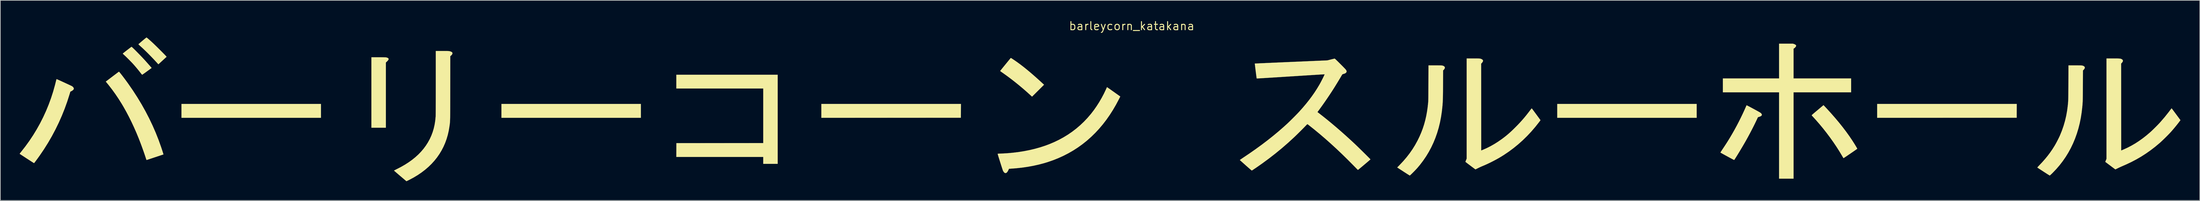
<source format=kicad_pcb>
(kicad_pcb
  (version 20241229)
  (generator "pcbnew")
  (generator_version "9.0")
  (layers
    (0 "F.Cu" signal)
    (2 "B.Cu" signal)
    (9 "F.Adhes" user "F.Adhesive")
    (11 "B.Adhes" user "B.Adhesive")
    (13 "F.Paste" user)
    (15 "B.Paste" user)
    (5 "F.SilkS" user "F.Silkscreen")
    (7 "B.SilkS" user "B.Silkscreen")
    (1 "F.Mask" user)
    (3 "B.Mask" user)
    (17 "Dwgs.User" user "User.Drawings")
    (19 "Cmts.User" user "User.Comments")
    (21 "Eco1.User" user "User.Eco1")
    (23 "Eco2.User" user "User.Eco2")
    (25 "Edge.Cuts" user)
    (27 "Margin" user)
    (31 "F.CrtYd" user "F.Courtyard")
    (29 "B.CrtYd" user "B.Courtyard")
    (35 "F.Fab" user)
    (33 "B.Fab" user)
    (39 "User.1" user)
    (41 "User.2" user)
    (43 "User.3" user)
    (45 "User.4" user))
  (footprint "barleycorn_katakana"
    (layer "F.Cu")
    (at 172.536 1.006)
    (property "Reference" "barleycorn_katakana" (at 0 0 0) (layer "F.SilkS") (effects (font (size 1.27 1.27) (thickness 0.15))))
    (attr exclude_from_pos_files exclude_from_bom)
    (fp_poly (pts (xy -125.793 14.309) (xy -147.426 14.309) (xy -147.426 12.15) (xy -125.793 12.15) (xy -125.793 14.309)) (stroke (width 0.01) (type solid)) (fill yes) (layer "F.SilkS"))
    (fp_poly (pts (xy -76.158 14.309) (xy -97.79 14.309) (xy -97.79 12.15) (xy -76.158 12.15) (xy -76.158 14.309)) (stroke (width 0.01) (type solid)) (fill yes) (layer "F.SilkS"))
    (fp_poly (pts (xy 87.651 14.309) (xy 66.019 14.309) (xy 66.019 12.15) (xy 87.651 12.15) (xy 87.651 14.309)) (stroke (width 0.01) (type solid)) (fill yes) (layer "F.SilkS"))
    (fp_poly (pts (xy -26.506 13.224) (xy -26.511 14.298) (xy -37.333 14.303) (xy -48.154 14.309) (xy -48.154 12.15) (xy -26.5 12.15) (xy -26.506 13.224)) (stroke (width 0.01) (type solid)) (fill yes) (layer "F.SilkS"))
    (fp_poly (pts (xy 137.303 13.224) (xy 137.298 14.298) (xy 126.476 14.303) (xy 115.655 14.309) (xy 115.655 12.15) (xy 137.309 12.15) (xy 137.303 13.224)) (stroke (width 0.01) (type solid)) (fill yes) (layer "F.SilkS"))
    (fp_poly (pts (xy -54.928 21.484) (xy -57.171 21.484) (xy -57.171 20.405) (xy -70.655 20.405) (xy -70.649 19.33) (xy -70.644 18.256) (xy -63.907 18.251) (xy -57.171 18.246) (xy -57.171 9.737) (xy -70.654 9.737) (xy -70.654 7.599) (xy -54.928 7.599) (xy -54.928 21.484)) (stroke (width 0.01) (type solid)) (fill yes) (layer "F.SilkS"))
    (fp_poly (pts (xy -116.898 4.868) (xy -116.663 4.869) (xy -116.444 4.87) (xy -116.245 4.872) (xy -116.07 4.875) (xy -115.923 4.879) (xy -115.808 4.883) (xy -115.729 4.887) (xy -115.697 4.89) (xy -115.582 4.916) (xy -115.476 4.954) (xy -115.389 5) (xy -115.328 5.05) (xy -115.307 5.084) (xy -115.295 5.154) (xy -115.31 5.226) (xy -115.353 5.307) (xy -115.427 5.4) (xy -115.53 5.507) (xy -115.718 5.69) (xy -115.718 15.854) (xy -117.962 15.854) (xy -117.962 4.868) (xy -116.898 4.868)) (stroke (width 0.01) (type solid)) (fill yes) (layer "F.SilkS"))
    (fp_poly (pts (xy 102.747 2.807) (xy 102.863 2.853) (xy 102.961 2.909) (xy 103.033 2.97) (xy 103.075 3.031) (xy 103.082 3.065) (xy 103.064 3.146) (xy 103.013 3.238) (xy 102.935 3.333) (xy 102.836 3.425) (xy 102.77 3.475) (xy 102.68 3.537) (xy 102.68 8.17) (xy 111.612 8.17) (xy 111.612 10.329) (xy 102.68 10.329) (xy 102.68 23.791) (xy 100.436 23.791) (xy 100.436 10.329) (xy 91.715 10.329) (xy 91.715 8.17) (xy 100.436 8.17) (xy 100.436 2.752) (xy 102.571 2.752) (xy 102.747 2.807)) (stroke (width 0.01) (type solid)) (fill yes) (layer "F.SilkS"))
    (fp_poly (pts (xy -18.74 4.985) (xy -18.69 5.015) (xy -18.619 5.059) (xy -18.534 5.114) (xy -18.513 5.127) (xy -18.106 5.4) (xy -17.686 5.696) (xy -17.252 6.017) (xy -16.802 6.365) (xy -16.336 6.74) (xy -15.85 7.144) (xy -15.345 7.578) (xy -14.818 8.043) (xy -14.268 8.541) (xy -14.005 8.782) (xy -13.606 9.151) (xy -14.534 10.079) (xy -14.698 10.242) (xy -14.852 10.397) (xy -14.995 10.539) (xy -15.124 10.668) (xy -15.236 10.779) (xy -15.329 10.872) (xy -15.4 10.942) (xy -15.446 10.988) (xy -15.466 11.006) (xy -15.466 11.007) (xy -15.482 10.993) (xy -15.523 10.957) (xy -15.582 10.902) (xy -15.649 10.84) (xy -16.236 10.307) (xy -16.839 9.779) (xy -17.452 9.262) (xy -18.07 8.759) (xy -18.685 8.277) (xy -19.293 7.82) (xy -19.886 7.392) (xy -20.092 7.249) (xy -20.215 7.162) (xy -20.309 7.092) (xy -20.373 7.039) (xy -20.405 7.006) (xy -20.407 6.997) (xy -20.368 6.948) (xy -20.309 6.873) (xy -20.231 6.777) (xy -20.138 6.661) (xy -20.032 6.53) (xy -19.916 6.387) (xy -19.793 6.235) (xy -19.666 6.079) (xy -19.537 5.92) (xy -19.409 5.763) (xy -19.285 5.611) (xy -19.168 5.467) (xy -19.06 5.336) (xy -18.965 5.219) (xy -18.884 5.122) (xy -18.822 5.046) (xy -18.78 4.996) (xy -18.762 4.975) (xy -18.761 4.974) (xy -18.74 4.985)) (stroke (width 0.01) (type solid)) (fill yes) (layer "F.SilkS"))
    (fp_poly (pts (xy -152.827 1.803) (xy -152.774 1.843) (xy -152.696 1.907) (xy -152.597 1.991) (xy -152.48 2.093) (xy -152.347 2.211) (xy -152.203 2.34) (xy -152.05 2.48) (xy -151.892 2.626) (xy -151.881 2.636) (xy -151.794 2.718) (xy -151.685 2.824) (xy -151.557 2.948) (xy -151.414 3.088) (xy -151.26 3.239) (xy -151.099 3.399) (xy -150.933 3.564) (xy -150.767 3.73) (xy -150.604 3.894) (xy -150.447 4.051) (xy -150.301 4.199) (xy -150.169 4.334) (xy -150.054 4.452) (xy -149.96 4.549) (xy -149.891 4.623) (xy -149.864 4.653) (xy -149.739 4.794) (xy -150.267 5.281) (xy -150.397 5.402) (xy -150.523 5.517) (xy -150.639 5.624) (xy -150.741 5.717) (xy -150.823 5.793) (xy -150.883 5.847) (xy -150.905 5.867) (xy -151.016 5.966) (xy -151.298 5.655) (xy -151.647 5.276) (xy -152.005 4.898) (xy -152.365 4.526) (xy -152.722 4.165) (xy -153.072 3.822) (xy -153.409 3.501) (xy -153.728 3.207) (xy -153.8 3.143) (xy -153.894 3.057) (xy -153.977 2.98) (xy -154.044 2.917) (xy -154.089 2.871) (xy -154.108 2.849) (xy -154.108 2.848) (xy -154.094 2.83) (xy -154.051 2.789) (xy -153.983 2.728) (xy -153.896 2.651) (xy -153.793 2.562) (xy -153.679 2.464) (xy -153.558 2.361) (xy -153.435 2.256) (xy -153.312 2.154) (xy -153.196 2.057) (xy -153.09 1.97) (xy -152.998 1.896) (xy -152.925 1.839) (xy -152.875 1.802) (xy -152.852 1.789) (xy -152.852 1.789) (xy -152.827 1.803)) (stroke (width 0.01) (type solid)) (fill yes) (layer "F.SilkS"))
    (fp_poly (pts (xy 107.374 12.388) (xy 107.403 12.416) (xy 107.455 12.471) (xy 107.527 12.547) (xy 107.614 12.64) (xy 107.712 12.744) (xy 107.789 12.827) (xy 108.471 13.577) (xy 109.118 14.318) (xy 109.729 15.048) (xy 110.302 15.767) (xy 110.838 16.475) (xy 111.336 17.169) (xy 111.795 17.851) (xy 112.113 18.352) (xy 112.206 18.503) (xy 112.294 18.649) (xy 112.374 18.783) (xy 112.443 18.902) (xy 112.499 19.001) (xy 112.539 19.075) (xy 112.561 19.121) (xy 112.564 19.132) (xy 112.547 19.147) (xy 112.499 19.183) (xy 112.423 19.237) (xy 112.323 19.308) (xy 112.202 19.393) (xy 112.065 19.488) (xy 111.915 19.592) (xy 111.755 19.703) (xy 111.59 19.816) (xy 111.423 19.931) (xy 111.257 20.044) (xy 111.097 20.154) (xy 110.946 20.256) (xy 110.807 20.35) (xy 110.685 20.432) (xy 110.582 20.5) (xy 110.504 20.551) (xy 110.453 20.584) (xy 110.433 20.594) (xy 110.418 20.576) (xy 110.385 20.527) (xy 110.338 20.453) (xy 110.281 20.358) (xy 110.217 20.248) (xy 110.206 20.229) (xy 109.786 19.525) (xy 109.332 18.81) (xy 108.848 18.09) (xy 108.339 17.372) (xy 107.808 16.661) (xy 107.262 15.964) (xy 106.703 15.287) (xy 106.137 14.635) (xy 105.859 14.328) (xy 105.763 14.223) (xy 105.676 14.127) (xy 105.601 14.044) (xy 105.544 13.981) (xy 105.509 13.941) (xy 105.501 13.93) (xy 105.499 13.92) (xy 105.505 13.904) (xy 105.523 13.881) (xy 105.554 13.847) (xy 105.602 13.802) (xy 105.667 13.742) (xy 105.753 13.667) (xy 105.862 13.573) (xy 105.995 13.459) (xy 106.156 13.323) (xy 106.347 13.162) (xy 106.399 13.118) (xy 107.323 12.34) (xy 107.374 12.388)) (stroke (width 0.01) (type solid)) (fill yes) (layer "F.SilkS"))
    (fp_poly (pts (xy -155.154 3.254) (xy -155.102 3.297) (xy -155.027 3.365) (xy -154.931 3.456) (xy -154.817 3.567) (xy -154.687 3.695) (xy -154.544 3.837) (xy -154.391 3.992) (xy -154.231 4.155) (xy -154.065 4.325) (xy -153.898 4.498) (xy -153.731 4.673) (xy -153.567 4.845) (xy -153.41 5.013) (xy -153.26 5.173) (xy -153.122 5.324) (xy -153.075 5.376) (xy -152.991 5.469) (xy -152.892 5.581) (xy -152.781 5.706) (xy -152.665 5.838) (xy -152.548 5.971) (xy -152.436 6.099) (xy -152.333 6.216) (xy -152.246 6.317) (xy -152.178 6.396) (xy -152.151 6.428) (xy -152.061 6.536) (xy -152.776 7.06) (xy -152.929 7.172) (xy -153.073 7.277) (xy -153.204 7.371) (xy -153.317 7.451) (xy -153.409 7.516) (xy -153.476 7.562) (xy -153.514 7.587) (xy -153.522 7.591) (xy -153.546 7.576) (xy -153.593 7.529) (xy -153.66 7.452) (xy -153.744 7.347) (xy -153.808 7.265) (xy -153.97 7.057) (xy -154.152 6.829) (xy -154.347 6.592) (xy -154.544 6.357) (xy -154.735 6.134) (xy -154.912 5.933) (xy -154.918 5.927) (xy -155.024 5.811) (xy -155.152 5.675) (xy -155.299 5.523) (xy -155.456 5.361) (xy -155.62 5.195) (xy -155.783 5.032) (xy -155.94 4.877) (xy -156.086 4.735) (xy -156.214 4.613) (xy -156.311 4.524) (xy -156.402 4.441) (xy -156.465 4.382) (xy -156.504 4.341) (xy -156.523 4.313) (xy -156.527 4.294) (xy -156.518 4.279) (xy -156.512 4.272) (xy -156.479 4.244) (xy -156.42 4.195) (xy -156.338 4.129) (xy -156.237 4.049) (xy -156.123 3.959) (xy -155.999 3.862) (xy -155.87 3.761) (xy -155.74 3.661) (xy -155.614 3.563) (xy -155.496 3.473) (xy -155.39 3.392) (xy -155.301 3.325) (xy -155.233 3.275) (xy -155.191 3.246) (xy -155.179 3.239) (xy -155.154 3.254)) (stroke (width 0.01) (type solid)) (fill yes) (layer "F.SilkS"))
    (fp_poly (pts (xy -157.113 7.134) (xy -157.069 7.179) (xy -157.006 7.252) (xy -156.924 7.351) (xy -156.826 7.474) (xy -156.715 7.616) (xy -156.592 7.775) (xy -156.46 7.949) (xy -156.321 8.134) (xy -156.177 8.327) (xy -156.03 8.526) (xy -155.883 8.729) (xy -155.738 8.931) (xy -155.699 8.985) (xy -154.965 10.051) (xy -154.272 11.127) (xy -153.621 12.211) (xy -153.011 13.305) (xy -152.441 14.409) (xy -151.913 15.522) (xy -151.425 16.646) (xy -150.978 17.78) (xy -150.572 18.924) (xy -150.399 19.451) (xy -150.353 19.597) (xy -150.312 19.729) (xy -150.277 19.841) (xy -150.25 19.93) (xy -150.232 19.989) (xy -150.226 20.014) (xy -150.226 20.014) (xy -150.246 20.021) (xy -150.303 20.041) (xy -150.394 20.071) (xy -150.514 20.112) (xy -150.662 20.161) (xy -150.833 20.218) (xy -151.023 20.281) (xy -151.23 20.35) (xy -151.451 20.424) (xy -151.522 20.447) (xy -151.746 20.522) (xy -151.959 20.593) (xy -152.157 20.659) (xy -152.336 20.718) (xy -152.494 20.771) (xy -152.626 20.815) (xy -152.729 20.849) (xy -152.8 20.873) (xy -152.835 20.885) (xy -152.838 20.886) (xy -152.854 20.87) (xy -152.88 20.814) (xy -152.915 20.721) (xy -152.959 20.592) (xy -152.972 20.549) (xy -153.076 20.229) (xy -153.194 19.877) (xy -153.324 19.504) (xy -153.461 19.117) (xy -153.603 18.725) (xy -153.747 18.335) (xy -153.89 17.957) (xy -154.03 17.598) (xy -154.066 17.505) (xy -154.42 16.644) (xy -154.792 15.795) (xy -155.179 14.962) (xy -155.579 14.153) (xy -155.99 13.371) (xy -156.408 12.622) (xy -156.693 12.139) (xy -157.181 11.359) (xy -157.682 10.611) (xy -158.203 9.888) (xy -158.75 9.179) (xy -159.109 8.74) (xy -159.172 8.663) (xy -158.167 7.898) (xy -157.986 7.76) (xy -157.814 7.629) (xy -157.655 7.509) (xy -157.511 7.4) (xy -157.386 7.306) (xy -157.283 7.229) (xy -157.205 7.171) (xy -157.154 7.134) (xy -157.134 7.121) (xy -157.113 7.134)) (stroke (width 0.01) (type solid)) (fill yes) (layer "F.SilkS"))
    (fp_poly (pts (xy -166.784 8.285) (xy -166.726 8.31) (xy -166.637 8.349) (xy -166.522 8.4) (xy -166.386 8.462) (xy -166.231 8.532) (xy -166.062 8.61) (xy -165.883 8.692) (xy -165.698 8.777) (xy -165.511 8.863) (xy -165.327 8.949) (xy -165.148 9.032) (xy -164.98 9.11) (xy -164.827 9.182) (xy -164.691 9.246) (xy -164.579 9.3) (xy -164.492 9.342) (xy -164.437 9.37) (xy -164.418 9.38) (xy -164.299 9.47) (xy -164.21 9.567) (xy -164.155 9.667) (xy -164.136 9.764) (xy -164.147 9.83) (xy -164.191 9.908) (xy -164.269 9.99) (xy -164.375 10.072) (xy -164.502 10.146) (xy -164.511 10.151) (xy -164.583 10.187) (xy -164.638 10.215) (xy -164.668 10.231) (xy -164.671 10.232) (xy -164.678 10.253) (xy -164.695 10.308) (xy -164.721 10.391) (xy -164.753 10.497) (xy -164.79 10.62) (xy -164.802 10.662) (xy -165.16 11.783) (xy -165.557 12.891) (xy -165.993 13.983) (xy -166.468 15.06) (xy -166.982 16.119) (xy -167.532 17.159) (xy -168.12 18.18) (xy -168.745 19.181) (xy -169.406 20.16) (xy -169.602 20.436) (xy -169.714 20.592) (xy -169.825 20.744) (xy -169.93 20.888) (xy -170.028 21.02) (xy -170.116 21.137) (xy -170.19 21.235) (xy -170.248 21.309) (xy -170.287 21.356) (xy -170.303 21.372) (xy -170.323 21.362) (xy -170.375 21.33) (xy -170.456 21.279) (xy -170.564 21.21) (xy -170.695 21.127) (xy -170.846 21.029) (xy -171.014 20.921) (xy -171.196 20.803) (xy -171.388 20.677) (xy -171.416 20.659) (xy -171.611 20.531) (xy -171.795 20.411) (xy -171.965 20.299) (xy -172.119 20.198) (xy -172.253 20.11) (xy -172.364 20.036) (xy -172.449 19.98) (xy -172.506 19.942) (xy -172.53 19.925) (xy -172.531 19.924) (xy -172.523 19.903) (xy -172.493 19.855) (xy -172.443 19.786) (xy -172.378 19.701) (xy -172.315 19.622) (xy -171.652 18.773) (xy -171.025 17.902) (xy -170.434 17.009) (xy -169.879 16.094) (xy -169.36 15.159) (xy -168.879 14.205) (xy -168.435 13.233) (xy -168.03 12.243) (xy -167.663 11.237) (xy -167.335 10.216) (xy -167.047 9.181) (xy -166.96 8.832) (xy -166.924 8.685) (xy -166.89 8.553) (xy -166.86 8.441) (xy -166.836 8.354) (xy -166.818 8.297) (xy -166.809 8.276) (xy -166.808 8.276) (xy -166.784 8.285)) (stroke (width 0.01) (type solid)) (fill yes) (layer "F.SilkS"))
    (fp_poly (pts (xy -3.822 9.539) (xy -3.773 9.572) (xy -3.695 9.626) (xy -3.592 9.698) (xy -3.467 9.786) (xy -3.322 9.888) (xy -3.161 10.002) (xy -2.987 10.127) (xy -2.807 10.255) (xy -1.779 10.989) (xy -2 11.427) (xy -2.449 12.275) (xy -2.921 13.088) (xy -3.417 13.866) (xy -3.935 14.609) (xy -4.478 15.318) (xy -5.044 15.991) (xy -5.634 16.631) (xy -6.249 17.237) (xy -6.887 17.808) (xy -7.02 17.921) (xy -7.69 18.453) (xy -8.384 18.951) (xy -9.103 19.415) (xy -9.847 19.844) (xy -10.614 20.239) (xy -11.404 20.598) (xy -12.216 20.922) (xy -13.05 21.211) (xy -13.601 21.379) (xy -14.425 21.597) (xy -15.277 21.787) (xy -16.152 21.947) (xy -17.049 22.076) (xy -17.962 22.175) (xy -18.797 22.237) (xy -19.042 22.251) (xy -19.132 22.444) (xy -19.224 22.624) (xy -19.315 22.761) (xy -19.407 22.857) (xy -19.5 22.912) (xy -19.593 22.926) (xy -19.689 22.899) (xy -19.721 22.882) (xy -19.794 22.821) (xy -19.871 22.727) (xy -19.947 22.607) (xy -19.976 22.553) (xy -19.989 22.52) (xy -20.013 22.451) (xy -20.046 22.351) (xy -20.088 22.223) (xy -20.137 22.071) (xy -20.192 21.901) (xy -20.251 21.715) (xy -20.313 21.52) (xy -20.377 21.319) (xy -20.441 21.115) (xy -20.504 20.915) (xy -20.564 20.721) (xy -20.621 20.538) (xy -20.672 20.371) (xy -20.717 20.224) (xy -20.754 20.1) (xy -20.782 20.005) (xy -20.798 19.948) (xy -20.801 19.933) (xy -20.796 19.921) (xy -20.779 19.913) (xy -20.745 19.906) (xy -20.687 19.901) (xy -20.601 19.897) (xy -20.482 19.892) (xy -20.38 19.889) (xy -19.442 19.841) (xy -18.52 19.762) (xy -17.616 19.653) (xy -16.731 19.513) (xy -15.868 19.344) (xy -15.03 19.144) (xy -14.217 18.916) (xy -13.432 18.659) (xy -12.804 18.425) (xy -12.035 18.099) (xy -11.294 17.741) (xy -10.58 17.351) (xy -9.893 16.929) (xy -9.233 16.474) (xy -8.6 15.986) (xy -7.993 15.465) (xy -7.413 14.912) (xy -6.859 14.325) (xy -6.33 13.705) (xy -6.288 13.652) (xy -5.859 13.091) (xy -5.445 12.495) (xy -5.048 11.871) (xy -4.672 11.224) (xy -4.322 10.561) (xy -4.001 9.888) (xy -3.957 9.79) (xy -3.915 9.695) (xy -3.879 9.615) (xy -3.853 9.557) (xy -3.84 9.53) (xy -3.839 9.528) (xy -3.822 9.539)) (stroke (width 0.01) (type solid)) (fill yes) (layer "F.SilkS"))
    (fp_poly (pts (xy 47.323 6.139) (xy 47.529 6.139) (xy 47.7 6.14) (xy 47.84 6.142) (xy 47.953 6.145) (xy 48.042 6.148) (xy 48.11 6.152) (xy 48.162 6.158) (xy 48.201 6.164) (xy 48.225 6.17) (xy 48.374 6.226) (xy 48.483 6.295) (xy 48.553 6.375) (xy 48.581 6.466) (xy 48.57 6.568) (xy 48.517 6.68) (xy 48.502 6.703) (xy 48.451 6.772) (xy 48.399 6.833) (xy 48.366 6.865) (xy 48.308 6.914) (xy 48.296 9.124) (xy 48.294 9.509) (xy 48.291 9.854) (xy 48.289 10.164) (xy 48.286 10.441) (xy 48.283 10.689) (xy 48.28 10.911) (xy 48.276 11.111) (xy 48.272 11.292) (xy 48.267 11.458) (xy 48.261 11.61) (xy 48.254 11.754) (xy 48.247 11.892) (xy 48.238 12.027) (xy 48.229 12.163) (xy 48.218 12.303) (xy 48.207 12.435) (xy 48.113 13.326) (xy 47.984 14.193) (xy 47.82 15.038) (xy 47.62 15.859) (xy 47.384 16.658) (xy 47.112 17.435) (xy 46.805 18.188) (xy 46.462 18.919) (xy 46.084 19.627) (xy 45.67 20.314) (xy 45.219 20.977) (xy 44.734 21.619) (xy 44.325 22.109) (xy 44.247 22.196) (xy 44.153 22.299) (xy 44.047 22.412) (xy 43.932 22.532) (xy 43.812 22.656) (xy 43.691 22.779) (xy 43.573 22.897) (xy 43.462 23.007) (xy 43.361 23.106) (xy 43.275 23.188) (xy 43.206 23.251) (xy 43.159 23.29) (xy 43.138 23.303) (xy 43.115 23.291) (xy 43.059 23.258) (xy 42.975 23.207) (xy 42.866 23.138) (xy 42.735 23.055) (xy 42.585 22.959) (xy 42.42 22.852) (xy 42.243 22.738) (xy 42.148 22.676) (xy 41.19 22.051) (xy 41.592 21.639) (xy 42.143 21.049) (xy 42.654 20.448) (xy 43.127 19.834) (xy 43.562 19.205) (xy 43.961 18.56) (xy 44.325 17.895) (xy 44.347 17.854) (xy 44.647 17.236) (xy 44.915 16.615) (xy 45.153 15.987) (xy 45.361 15.348) (xy 45.54 14.695) (xy 45.693 14.021) (xy 45.819 13.324) (xy 45.921 12.599) (xy 45.988 11.959) (xy 45.994 11.896) (xy 45.998 11.828) (xy 46.003 11.753) (xy 46.007 11.668) (xy 46.01 11.571) (xy 46.013 11.459) (xy 46.016 11.331) (xy 46.019 11.182) (xy 46.021 11.012) (xy 46.023 10.818) (xy 46.024 10.597) (xy 46.026 10.347) (xy 46.028 10.065) (xy 46.029 9.748) (xy 46.03 9.396) (xy 46.031 9.004) (xy 46.032 8.853) (xy 46.04 6.138) (xy 47.078 6.138) (xy 47.323 6.139)) (stroke (width 0.01) (type solid)) (fill yes) (layer "F.SilkS"))
    (fp_poly (pts (xy 95.416 12.364) (xy 95.471 12.389) (xy 95.556 12.432) (xy 95.668 12.489) (xy 95.803 12.56) (xy 95.96 12.643) (xy 96.133 12.736) (xy 96.32 12.837) (xy 96.478 12.923) (xy 96.71 13.049) (xy 96.907 13.157) (xy 97.073 13.249) (xy 97.211 13.326) (xy 97.324 13.39) (xy 97.415 13.443) (xy 97.487 13.488) (xy 97.542 13.524) (xy 97.585 13.555) (xy 97.618 13.583) (xy 97.644 13.608) (xy 97.646 13.611) (xy 97.723 13.712) (xy 97.758 13.806) (xy 97.752 13.892) (xy 97.705 13.972) (xy 97.616 14.043) (xy 97.486 14.107) (xy 97.326 14.159) (xy 97.249 14.181) (xy 97.189 14.202) (xy 97.157 14.216) (xy 97.155 14.218) (xy 97.142 14.241) (xy 97.114 14.297) (xy 97.075 14.38) (xy 97.026 14.483) (xy 96.971 14.601) (xy 96.954 14.637) (xy 96.798 14.969) (xy 96.623 15.33) (xy 96.433 15.712) (xy 96.232 16.107) (xy 96.024 16.509) (xy 95.812 16.91) (xy 95.601 17.302) (xy 95.394 17.678) (xy 95.35 17.759) (xy 95.24 17.954) (xy 95.121 18.163) (xy 94.995 18.381) (xy 94.864 18.607) (xy 94.729 18.837) (xy 94.592 19.068) (xy 94.456 19.298) (xy 94.321 19.523) (xy 94.19 19.741) (xy 94.064 19.948) (xy 93.945 20.142) (xy 93.835 20.32) (xy 93.736 20.479) (xy 93.649 20.615) (xy 93.576 20.727) (xy 93.52 20.811) (xy 93.481 20.863) (xy 93.461 20.882) (xy 93.439 20.873) (xy 93.384 20.846) (xy 93.298 20.801) (xy 93.185 20.742) (xy 93.048 20.669) (xy 92.891 20.585) (xy 92.718 20.492) (xy 92.531 20.39) (xy 92.388 20.312) (xy 92.194 20.206) (xy 92.011 20.106) (xy 91.844 20.013) (xy 91.694 19.929) (xy 91.566 19.857) (xy 91.463 19.798) (xy 91.388 19.755) (xy 91.345 19.728) (xy 91.335 19.72) (xy 91.346 19.699) (xy 91.378 19.647) (xy 91.429 19.567) (xy 91.495 19.465) (xy 91.574 19.343) (xy 91.664 19.206) (xy 91.762 19.058) (xy 91.765 19.053) (xy 91.978 18.732) (xy 92.171 18.436) (xy 92.35 18.157) (xy 92.519 17.887) (xy 92.685 17.617) (xy 92.853 17.338) (xy 93.027 17.042) (xy 93.202 16.743) (xy 93.525 16.171) (xy 93.85 15.571) (xy 94.172 14.953) (xy 94.484 14.328) (xy 94.782 13.708) (xy 95.061 13.102) (xy 95.196 12.795) (xy 95.251 12.671) (xy 95.301 12.559) (xy 95.342 12.466) (xy 95.374 12.399) (xy 95.392 12.361) (xy 95.395 12.357) (xy 95.416 12.364)) (stroke (width 0.01) (type solid)) (fill yes) (layer "F.SilkS"))
    (fp_poly (pts (xy 53.216 5.059) (xy 53.417 5.06) (xy 53.583 5.061) (xy 53.719 5.062) (xy 53.827 5.065) (xy 53.913 5.068) (xy 53.979 5.073) (xy 54.031 5.078) (xy 54.07 5.085) (xy 54.103 5.093) (xy 54.103 5.093) (xy 54.258 5.15) (xy 54.377 5.216) (xy 54.457 5.291) (xy 54.498 5.374) (xy 54.504 5.419) (xy 54.486 5.504) (xy 54.437 5.604) (xy 54.362 5.708) (xy 54.316 5.76) (xy 54.208 5.871) (xy 54.213 12.64) (xy 54.218 19.408) (xy 54.525 19.28) (xy 55.1 19.024) (xy 55.679 18.729) (xy 56.258 18.399) (xy 56.831 18.036) (xy 57.392 17.645) (xy 57.563 17.519) (xy 57.823 17.32) (xy 58.069 17.125) (xy 58.306 16.928) (xy 58.541 16.725) (xy 58.779 16.51) (xy 59.027 16.277) (xy 59.29 16.021) (xy 59.521 15.792) (xy 59.894 15.412) (xy 60.242 15.043) (xy 60.573 14.676) (xy 60.894 14.302) (xy 61.213 13.913) (xy 61.537 13.499) (xy 61.735 13.24) (xy 61.832 13.111) (xy 61.907 13.013) (xy 61.964 12.941) (xy 62.005 12.893) (xy 62.034 12.864) (xy 62.054 12.852) (xy 62.069 12.852) (xy 62.081 12.861) (xy 62.082 12.863) (xy 62.103 12.889) (xy 62.145 12.943) (xy 62.205 13.024) (xy 62.281 13.126) (xy 62.37 13.246) (xy 62.469 13.379) (xy 62.575 13.523) (xy 62.686 13.674) (xy 62.798 13.826) (xy 62.909 13.978) (xy 63.015 14.124) (xy 63.115 14.261) (xy 63.206 14.385) (xy 63.283 14.492) (xy 63.345 14.578) (xy 63.39 14.64) (xy 63.413 14.674) (xy 63.415 14.679) (xy 63.403 14.699) (xy 63.37 14.747) (xy 63.32 14.816) (xy 63.257 14.901) (xy 63.22 14.95) (xy 62.618 15.715) (xy 61.992 16.446) (xy 61.342 17.141) (xy 60.67 17.801) (xy 59.973 18.426) (xy 59.253 19.016) (xy 58.509 19.572) (xy 57.74 20.094) (xy 57.34 20.345) (xy 56.958 20.573) (xy 56.547 20.804) (xy 56.12 21.032) (xy 55.685 21.254) (xy 55.251 21.463) (xy 54.83 21.656) (xy 54.429 21.826) (xy 54.388 21.843) (xy 54.278 21.89) (xy 54.143 21.95) (xy 53.994 22.019) (xy 53.844 22.091) (xy 53.718 22.153) (xy 53.323 22.35) (xy 52.548 21.769) (xy 52.39 21.649) (xy 52.242 21.537) (xy 52.109 21.435) (xy 51.993 21.346) (xy 51.898 21.271) (xy 51.828 21.215) (xy 51.786 21.179) (xy 51.774 21.166) (xy 51.781 21.139) (xy 51.802 21.082) (xy 51.832 21.002) (xy 51.869 20.908) (xy 51.869 20.908) (xy 51.964 20.671) (xy 51.964 5.059) (xy 52.976 5.059) (xy 53.216 5.059)) (stroke (width 0.01) (type solid)) (fill yes) (layer "F.SilkS"))
    (fp_poly (pts (xy 152.494 5.059) (xy 152.706 5.06) (xy 152.883 5.061) (xy 153.03 5.064) (xy 153.151 5.069) (xy 153.249 5.075) (xy 153.329 5.083) (xy 153.395 5.094) (xy 153.45 5.108) (xy 153.498 5.125) (xy 153.545 5.145) (xy 153.584 5.164) (xy 153.691 5.235) (xy 153.757 5.315) (xy 153.782 5.406) (xy 153.766 5.507) (xy 153.709 5.618) (xy 153.611 5.74) (xy 153.604 5.748) (xy 153.501 5.857) (xy 153.506 12.633) (xy 153.511 19.409) (xy 153.873 19.253) (xy 154.497 18.967) (xy 155.105 18.65) (xy 155.702 18.301) (xy 156.291 17.917) (xy 156.874 17.497) (xy 157.455 17.039) (xy 157.988 16.583) (xy 158.122 16.462) (xy 158.278 16.315) (xy 158.45 16.149) (xy 158.633 15.97) (xy 158.821 15.784) (xy 159.007 15.596) (xy 159.186 15.413) (xy 159.351 15.24) (xy 159.497 15.084) (xy 159.595 14.975) (xy 160.266 14.193) (xy 160.897 13.398) (xy 161.131 13.086) (xy 161.198 12.997) (xy 161.257 12.922) (xy 161.303 12.867) (xy 161.331 12.837) (xy 161.337 12.833) (xy 161.352 12.851) (xy 161.389 12.899) (xy 161.447 12.975) (xy 161.524 13.076) (xy 161.615 13.199) (xy 161.72 13.34) (xy 161.836 13.496) (xy 161.961 13.665) (xy 162.029 13.757) (xy 162.706 14.676) (xy 162.643 14.762) (xy 162.451 15.019) (xy 162.236 15.295) (xy 162.006 15.584) (xy 161.768 15.874) (xy 161.53 16.157) (xy 161.298 16.423) (xy 161.24 16.489) (xy 161.122 16.619) (xy 160.978 16.771) (xy 160.814 16.941) (xy 160.637 17.122) (xy 160.45 17.309) (xy 160.261 17.496) (xy 160.073 17.679) (xy 159.894 17.852) (xy 159.728 18.009) (xy 159.581 18.145) (xy 159.48 18.234) (xy 158.781 18.821) (xy 158.071 19.368) (xy 157.349 19.878) (xy 156.611 20.353) (xy 155.853 20.794) (xy 155.071 21.205) (xy 154.261 21.588) (xy 153.898 21.746) (xy 153.732 21.819) (xy 153.552 21.899) (xy 153.372 21.981) (xy 153.202 22.06) (xy 153.054 22.131) (xy 152.996 22.16) (xy 152.879 22.218) (xy 152.777 22.269) (xy 152.694 22.31) (xy 152.635 22.338) (xy 152.608 22.35) (xy 152.607 22.351) (xy 152.589 22.338) (xy 152.541 22.302) (xy 152.466 22.246) (xy 152.368 22.172) (xy 152.249 22.083) (xy 152.113 21.981) (xy 151.964 21.869) (xy 151.83 21.768) (xy 151.672 21.649) (xy 151.524 21.538) (xy 151.391 21.437) (xy 151.274 21.349) (xy 151.179 21.277) (xy 151.108 21.223) (xy 151.064 21.189) (xy 151.051 21.179) (xy 151.055 21.158) (xy 151.073 21.105) (xy 151.101 21.029) (xy 151.137 20.937) (xy 151.14 20.932) (xy 151.236 20.692) (xy 151.236 5.059) (xy 152.243 5.059) (xy 152.494 5.059)) (stroke (width 0.01) (type solid)) (fill yes) (layer "F.SilkS"))
    (fp_poly (pts (xy 146.608 6.138) (xy 146.812 6.139) (xy 146.981 6.14) (xy 147.119 6.142) (xy 147.23 6.144) (xy 147.318 6.148) (xy 147.386 6.152) (xy 147.438 6.157) (xy 147.479 6.164) (xy 147.511 6.172) (xy 147.512 6.172) (xy 147.662 6.228) (xy 147.772 6.295) (xy 147.84 6.374) (xy 147.869 6.465) (xy 147.856 6.565) (xy 147.802 6.676) (xy 147.707 6.797) (xy 147.693 6.811) (xy 147.577 6.932) (xy 147.568 9.261) (xy 147.566 9.638) (xy 147.565 9.977) (xy 147.563 10.28) (xy 147.561 10.55) (xy 147.559 10.791) (xy 147.556 11.005) (xy 147.553 11.196) (xy 147.55 11.367) (xy 147.546 11.522) (xy 147.541 11.663) (xy 147.536 11.794) (xy 147.529 11.917) (xy 147.522 12.037) (xy 147.513 12.156) (xy 147.504 12.278) (xy 147.493 12.405) (xy 147.481 12.541) (xy 147.477 12.584) (xy 147.378 13.466) (xy 147.244 14.327) (xy 147.074 15.166) (xy 146.868 15.983) (xy 146.627 16.777) (xy 146.351 17.549) (xy 146.04 18.298) (xy 145.694 19.024) (xy 145.313 19.726) (xy 144.897 20.405) (xy 144.446 21.059) (xy 143.961 21.69) (xy 143.442 22.296) (xy 142.888 22.878) (xy 142.761 23.003) (xy 142.666 23.094) (xy 142.581 23.174) (xy 142.509 23.239) (xy 142.456 23.283) (xy 142.428 23.303) (xy 142.425 23.304) (xy 142.403 23.292) (xy 142.348 23.26) (xy 142.266 23.209) (xy 142.157 23.141) (xy 142.027 23.058) (xy 141.878 22.963) (xy 141.715 22.857) (xy 141.539 22.743) (xy 141.459 22.691) (xy 141.28 22.574) (xy 141.111 22.464) (xy 140.956 22.362) (xy 140.818 22.272) (xy 140.701 22.195) (xy 140.608 22.134) (xy 140.542 22.09) (xy 140.508 22.066) (xy 140.503 22.062) (xy 140.512 22.043) (xy 140.547 21.998) (xy 140.604 21.932) (xy 140.678 21.85) (xy 140.767 21.757) (xy 140.805 21.717) (xy 141.275 21.218) (xy 141.709 20.724) (xy 142.11 20.232) (xy 142.483 19.734) (xy 142.832 19.227) (xy 143.16 18.704) (xy 143.186 18.662) (xy 143.281 18.499) (xy 143.387 18.308) (xy 143.5 18.099) (xy 143.614 17.88) (xy 143.726 17.66) (xy 143.831 17.449) (xy 143.924 17.256) (xy 144 17.089) (xy 144.008 17.071) (xy 144.313 16.32) (xy 144.577 15.557) (xy 144.801 14.781) (xy 144.984 13.994) (xy 145.127 13.193) (xy 145.231 12.378) (xy 145.234 12.34) (xy 145.246 12.221) (xy 145.257 12.109) (xy 145.266 12.002) (xy 145.274 11.898) (xy 145.282 11.792) (xy 145.288 11.683) (xy 145.294 11.567) (xy 145.299 11.442) (xy 145.303 11.305) (xy 145.307 11.154) (xy 145.31 10.984) (xy 145.313 10.794) (xy 145.315 10.58) (xy 145.317 10.34) (xy 145.319 10.072) (xy 145.32 9.771) (xy 145.322 9.435) (xy 145.323 9.062) (xy 145.324 8.779) (xy 145.333 6.138) (xy 146.365 6.138) (xy 146.608 6.138)) (stroke (width 0.01) (type solid)) (fill yes) (layer "F.SilkS"))
    (fp_poly (pts (xy -106.725 3.895) (xy -106.529 3.895) (xy -106.366 3.896) (xy -106.234 3.897) (xy -106.128 3.899) (xy -106.043 3.902) (xy -105.976 3.906) (xy -105.922 3.911) (xy -105.878 3.918) (xy -105.839 3.926) (xy -105.801 3.936) (xy -105.793 3.938) (xy -105.667 3.977) (xy -105.572 4.016) (xy -105.498 4.06) (xy -105.447 4.102) (xy -105.399 4.173) (xy -105.388 4.258) (xy -105.412 4.354) (xy -105.47 4.456) (xy -105.56 4.561) (xy -105.618 4.614) (xy -105.726 4.705) (xy -105.733 9.692) (xy -105.734 10.24) (xy -105.735 10.747) (xy -105.735 11.216) (xy -105.736 11.647) (xy -105.737 12.044) (xy -105.737 12.407) (xy -105.738 12.739) (xy -105.739 13.041) (xy -105.741 13.315) (xy -105.742 13.563) (xy -105.744 13.786) (xy -105.746 13.987) (xy -105.748 14.167) (xy -105.751 14.328) (xy -105.754 14.472) (xy -105.757 14.601) (xy -105.762 14.716) (xy -105.766 14.819) (xy -105.771 14.913) (xy -105.777 14.998) (xy -105.783 15.077) (xy -105.79 15.151) (xy -105.798 15.223) (xy -105.807 15.293) (xy -105.816 15.365) (xy -105.826 15.439) (xy -105.837 15.517) (xy -105.849 15.602) (xy -105.856 15.653) (xy -105.969 16.331) (xy -106.119 16.988) (xy -106.306 17.625) (xy -106.53 18.241) (xy -106.791 18.836) (xy -107.088 19.41) (xy -107.422 19.963) (xy -107.791 20.495) (xy -108.197 21.004) (xy -108.639 21.492) (xy -109.117 21.958) (xy -109.631 22.402) (xy -110.18 22.824) (xy -110.764 23.223) (xy -111.384 23.599) (xy -112.039 23.952) (xy -112.135 24.001) (xy -112.252 24.059) (xy -112.355 24.11) (xy -112.439 24.151) (xy -112.498 24.179) (xy -112.526 24.191) (xy -112.527 24.192) (xy -112.544 24.178) (xy -112.59 24.139) (xy -112.662 24.078) (xy -112.759 23.996) (xy -112.876 23.896) (xy -113.011 23.781) (xy -113.162 23.653) (xy -113.325 23.513) (xy -113.492 23.372) (xy -113.664 23.224) (xy -113.827 23.084) (xy -113.977 22.955) (xy -114.112 22.839) (xy -114.228 22.738) (xy -114.324 22.655) (xy -114.395 22.592) (xy -114.44 22.552) (xy -114.455 22.537) (xy -114.438 22.524) (xy -114.388 22.495) (xy -114.31 22.453) (xy -114.21 22.401) (xy -114.092 22.341) (xy -114.007 22.299) (xy -113.357 21.962) (xy -112.746 21.609) (xy -112.174 21.24) (xy -111.64 20.854) (xy -111.143 20.451) (xy -110.683 20.03) (xy -110.259 19.591) (xy -109.872 19.134) (xy -109.52 18.657) (xy -109.203 18.161) (xy -108.92 17.645) (xy -108.906 17.619) (xy -108.663 17.086) (xy -108.456 16.533) (xy -108.286 15.961) (xy -108.153 15.368) (xy -108.056 14.755) (xy -107.996 14.12) (xy -107.993 14.076) (xy -107.99 14.013) (xy -107.988 13.91) (xy -107.986 13.766) (xy -107.984 13.583) (xy -107.982 13.361) (xy -107.98 13.103) (xy -107.978 12.808) (xy -107.977 12.478) (xy -107.976 12.114) (xy -107.974 11.717) (xy -107.973 11.288) (xy -107.973 10.828) (xy -107.972 10.338) (xy -107.972 9.819) (xy -107.971 9.272) (xy -107.971 8.811) (xy -107.971 3.895) (xy -106.96 3.895) (xy -106.725 3.895)) (stroke (width 0.01) (type solid)) (fill yes) (layer "F.SilkS"))
    (fp_poly (pts (xy 31.511 5.095) (xy 31.564 5.139) (xy 31.645 5.212) (xy 31.753 5.314) (xy 31.89 5.447) (xy 32.055 5.61) (xy 32.249 5.803) (xy 32.377 5.932) (xy 32.564 6.12) (xy 32.723 6.28) (xy 32.856 6.416) (xy 32.966 6.53) (xy 33.056 6.624) (xy 33.127 6.701) (xy 33.182 6.764) (xy 33.224 6.814) (xy 33.254 6.855) (xy 33.275 6.889) (xy 33.284 6.906) (xy 33.327 7.018) (xy 33.335 7.111) (xy 33.308 7.194) (xy 33.244 7.275) (xy 33.221 7.297) (xy 33.156 7.349) (xy 33.086 7.389) (xy 32.995 7.424) (xy 32.939 7.442) (xy 32.83 7.474) (xy 32.754 7.501) (xy 32.701 7.526) (xy 32.663 7.555) (xy 32.632 7.595) (xy 32.599 7.651) (xy 32.585 7.676) (xy 32.538 7.76) (xy 32.471 7.874) (xy 32.388 8.015) (xy 32.292 8.177) (xy 32.185 8.354) (xy 32.072 8.543) (xy 31.954 8.738) (xy 31.835 8.934) (xy 31.717 9.126) (xy 31.605 9.309) (xy 31.5 9.479) (xy 31.407 9.629) (xy 31.359 9.705) (xy 31.022 10.233) (xy 30.666 10.775) (xy 30.3 11.32) (xy 29.93 11.86) (xy 29.563 12.383) (xy 29.206 12.879) (xy 29.156 12.947) (xy 28.812 13.416) (xy 29.027 13.581) (xy 29.687 14.097) (xy 30.368 14.645) (xy 31.065 15.222) (xy 31.776 15.826) (xy 32.497 16.454) (xy 33.224 17.102) (xy 33.955 17.769) (xy 34.49 18.267) (xy 34.594 18.365) (xy 34.717 18.482) (xy 34.854 18.615) (xy 35.005 18.76) (xy 35.165 18.917) (xy 35.333 19.081) (xy 35.507 19.251) (xy 35.682 19.424) (xy 35.858 19.597) (xy 36.03 19.768) (xy 36.198 19.934) (xy 36.357 20.093) (xy 36.506 20.241) (xy 36.642 20.378) (xy 36.762 20.499) (xy 36.863 20.602) (xy 36.944 20.685) (xy 37.001 20.746) (xy 37.032 20.781) (xy 37.037 20.789) (xy 37.02 20.807) (xy 36.973 20.849) (xy 36.902 20.912) (xy 36.808 20.993) (xy 36.696 21.089) (xy 36.569 21.198) (xy 36.43 21.317) (xy 36.282 21.442) (xy 36.13 21.571) (xy 35.976 21.701) (xy 35.825 21.829) (xy 35.678 21.952) (xy 35.541 22.067) (xy 35.415 22.171) (xy 35.306 22.262) (xy 35.215 22.336) (xy 35.147 22.391) (xy 35.105 22.424) (xy 35.092 22.432) (xy 35.074 22.416) (xy 35.029 22.373) (xy 34.961 22.305) (xy 34.872 22.215) (xy 34.765 22.107) (xy 34.643 21.982) (xy 34.508 21.845) (xy 34.364 21.697) (xy 34.327 21.659) (xy 33.473 20.795) (xy 32.615 19.953) (xy 31.757 19.136) (xy 30.9 18.346) (xy 30.047 17.586) (xy 29.202 16.858) (xy 28.367 16.165) (xy 27.644 15.587) (xy 27.538 15.504) (xy 27.443 15.429) (xy 27.363 15.368) (xy 27.304 15.323) (xy 27.272 15.299) (xy 27.268 15.296) (xy 27.242 15.305) (xy 27.191 15.345) (xy 27.116 15.417) (xy 27.037 15.498) (xy 26.905 15.636) (xy 26.749 15.797) (xy 26.573 15.976) (xy 26.384 16.168) (xy 26.186 16.367) (xy 25.985 16.567) (xy 25.787 16.763) (xy 25.597 16.95) (xy 25.421 17.122) (xy 25.265 17.273) (xy 25.178 17.355) (xy 24.242 18.216) (xy 23.285 19.05) (xy 22.303 19.859) (xy 21.292 20.648) (xy 20.247 21.419) (xy 19.505 21.942) (xy 19.415 22.004) (xy 19.309 22.077) (xy 19.194 22.155) (xy 19.075 22.235) (xy 18.958 22.314) (xy 18.85 22.386) (xy 18.757 22.448) (xy 18.685 22.495) (xy 18.641 22.524) (xy 18.634 22.528) (xy 18.614 22.517) (xy 18.564 22.479) (xy 18.488 22.417) (xy 18.387 22.332) (xy 18.264 22.226) (xy 18.121 22.101) (xy 17.959 21.959) (xy 17.782 21.802) (xy 17.699 21.728) (xy 17.532 21.578) (xy 17.375 21.437) (xy 17.23 21.307) (xy 17.1 21.19) (xy 16.988 21.089) (xy 16.897 21.006) (xy 16.829 20.944) (xy 16.788 20.906) (xy 16.776 20.894) (xy 16.79 20.878) (xy 16.835 20.842) (xy 16.906 20.789) (xy 17 20.723) (xy 17.111 20.647) (xy 17.235 20.563) (xy 17.235 20.563) (xy 18.262 19.87) (xy 19.247 19.178) (xy 20.193 18.487) (xy 21.1 17.794) (xy 21.97 17.1) (xy 22.805 16.403) (xy 23.604 15.702) (xy 24.108 15.242) (xy 24.244 15.115) (xy 24.401 14.964) (xy 24.575 14.794) (xy 24.76 14.611) (xy 24.953 14.419) (xy 25.147 14.224) (xy 25.339 14.03) (xy 25.521 13.843) (xy 25.691 13.668) (xy 25.841 13.509) (xy 25.969 13.373) (xy 26.014 13.323) (xy 26.553 12.715) (xy 27.055 12.117) (xy 27.523 11.527) (xy 27.958 10.942) (xy 28.365 10.357) (xy 28.744 9.769) (xy 29.1 9.175) (xy 29.13 9.123) (xy 29.2 8.997) (xy 29.278 8.856) (xy 29.359 8.702) (xy 29.443 8.542) (xy 29.526 8.379) (xy 29.607 8.219) (xy 29.684 8.065) (xy 29.754 7.921) (xy 29.814 7.793) (xy 29.864 7.685) (xy 29.9 7.601) (xy 29.921 7.545) (xy 29.924 7.523) (xy 29.903 7.524) (xy 29.841 7.527) (xy 29.74 7.533) (xy 29.603 7.541) (xy 29.43 7.551) (xy 29.225 7.564) (xy 28.987 7.579) (xy 28.72 7.595) (xy 28.426 7.614) (xy 28.105 7.634) (xy 27.759 7.656) (xy 27.392 7.679) (xy 27.003 7.704) (xy 26.596 7.729) (xy 26.172 7.756) (xy 25.732 7.785) (xy 25.279 7.814) (xy 24.814 7.843) (xy 24.659 7.853) (xy 24.19 7.883) (xy 23.733 7.912) (xy 23.289 7.941) (xy 22.859 7.968) (xy 22.445 7.994) (xy 22.05 8.019) (xy 21.675 8.042) (xy 21.322 8.064) (xy 20.993 8.084) (xy 20.689 8.103) (xy 20.412 8.119) (xy 20.165 8.134) (xy 19.948 8.147) (xy 19.764 8.157) (xy 19.614 8.166) (xy 19.501 8.171) (xy 19.426 8.175) (xy 19.39 8.176) (xy 19.388 8.175) (xy 19.383 8.152) (xy 19.373 8.092) (xy 19.36 7.999) (xy 19.344 7.878) (xy 19.325 7.734) (xy 19.303 7.571) (xy 19.281 7.395) (xy 19.257 7.208) (xy 19.233 7.017) (xy 19.209 6.826) (xy 19.186 6.64) (xy 19.164 6.463) (xy 19.145 6.299) (xy 19.128 6.154) (xy 19.114 6.033) (xy 19.104 5.938) (xy 19.098 5.877) (xy 19.096 5.852) (xy 19.097 5.852) (xy 19.118 5.85) (xy 19.18 5.847) (xy 19.281 5.842) (xy 19.419 5.836) (xy 19.592 5.827) (xy 19.799 5.818) (xy 20.038 5.807) (xy 20.307 5.795) (xy 20.604 5.782) (xy 20.928 5.767) (xy 21.277 5.752) (xy 21.649 5.735) (xy 22.042 5.718) (xy 22.455 5.7) (xy 22.887 5.681) (xy 23.334 5.661) (xy 23.796 5.641) (xy 24.27 5.62) (xy 24.734 5.6) (xy 30.364 5.356) (xy 30.903 5.218) (xy 31.05 5.182) (xy 31.185 5.148) (xy 31.302 5.12) (xy 31.395 5.099) (xy 31.459 5.085) (xy 31.486 5.081) (xy 31.511 5.095)) (stroke (width 0.01) (type solid)) (fill yes) (layer "F.SilkS")))
  (gr_rect
    (start -3 -3)
    (end 338.247 28.203)
    (stroke (width 0.1) (type default))
    (fill no)
    (layer "Edge.Cuts")))
</source>
